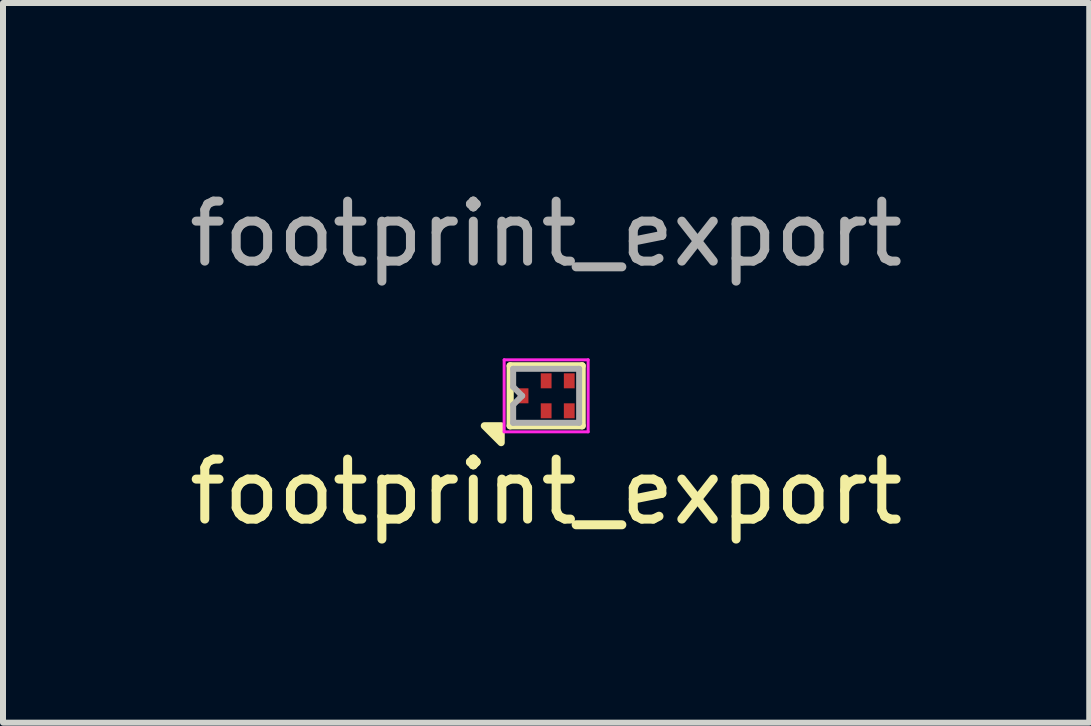
<source format=kicad_pcb>
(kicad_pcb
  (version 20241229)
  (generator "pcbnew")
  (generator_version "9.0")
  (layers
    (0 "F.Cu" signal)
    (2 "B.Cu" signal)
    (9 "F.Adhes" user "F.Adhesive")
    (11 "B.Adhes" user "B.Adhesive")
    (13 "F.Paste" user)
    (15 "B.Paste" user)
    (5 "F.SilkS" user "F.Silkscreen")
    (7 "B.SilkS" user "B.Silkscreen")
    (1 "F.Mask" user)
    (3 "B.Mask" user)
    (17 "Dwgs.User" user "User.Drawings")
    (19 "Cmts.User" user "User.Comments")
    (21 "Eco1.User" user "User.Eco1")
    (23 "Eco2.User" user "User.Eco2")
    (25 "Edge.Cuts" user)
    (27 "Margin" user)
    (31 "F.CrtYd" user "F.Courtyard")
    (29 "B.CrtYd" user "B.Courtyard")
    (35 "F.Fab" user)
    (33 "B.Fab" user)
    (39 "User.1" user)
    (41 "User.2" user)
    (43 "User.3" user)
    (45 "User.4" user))
  (footprint "footprint_export"
    (layer "F.Cu")
    (at 6.054 3.548)
    (property "Reference" "footprint_export" (at 0 1.6 0) (layer "F.SilkS") (effects (font (size 1 1) (thickness 0.15))))
    (attr smd)
    (fp_line (start -0.6 -0.5) (end -0.6 0.5) (stroke (width 0.12) (type solid)) (layer "F.SilkS"))
    (fp_line (start -0.6 0.5) (end 0.6 0.5) (stroke (width 0.12) (type solid)) (layer "F.SilkS"))
    (fp_line (start 0.6 -0.5) (end -0.6 -0.5) (stroke (width 0.12) (type solid)) (layer "F.SilkS"))
    (fp_line (start 0.6 0.5) (end 0.6 -0.5) (stroke (width 0.12) (type solid)) (layer "F.SilkS"))
    (fp_poly (pts (xy -0.75 0.5) (xy -0.75 0.78) (xy -1.03 0.5) (xy -0.75 0.5)) (stroke (width 0.12) (type solid)) (fill yes) (layer "F.SilkS"))
    (fp_line (start -0.7 -0.6) (end 0.7 -0.6) (stroke (width 0.05) (type solid)) (layer "F.CrtYd"))
    (fp_line (start -0.7 0.6) (end -0.7 -0.6) (stroke (width 0.05) (type solid)) (layer "F.CrtYd"))
    (fp_line (start 0.7 -0.6) (end 0.7 0.6) (stroke (width 0.05) (type solid)) (layer "F.CrtYd"))
    (fp_line (start 0.7 0.6) (end -0.7 0.6) (stroke (width 0.05) (type solid)) (layer "F.CrtYd"))
    (fp_line (start -0.55 -0.45) (end -0.55 -0.15) (stroke (width 0.1) (type solid)) (layer "F.Fab"))
    (fp_line (start -0.55 -0.45) (end 0.55 -0.45) (stroke (width 0.1) (type solid)) (layer "F.Fab"))
    (fp_line (start -0.55 -0.15) (end -0.4 0) (stroke (width 0.1) (type solid)) (layer "F.Fab"))
    (fp_line (start -0.55 0.15) (end -0.55 0.45) (stroke (width 0.1) (type solid)) (layer "F.Fab"))
    (fp_line (start -0.4 0) (end -0.55 0.15) (stroke (width 0.1) (type solid)) (layer "F.Fab"))
    (fp_line (start 0.55 -0.45) (end 0.55 0.45) (stroke (width 0.1) (type solid)) (layer "F.Fab"))
    (fp_line (start 0.55 0.45) (end -0.55 0.45) (stroke (width 0.1) (type solid)) (layer "F.Fab"))
    (fp_text user "${REFERENCE}" (at 0 -2.7 0) (layer "F.Fab") (effects (font (size 1 1) (thickness 0.15))))
    (pad "1" smd rect (at -0.385 0 90) (size 0.25 0.18) (layers "F.Cu" "F.Mask" "F.Paste"))
    (pad "2" smd rect (at 0 0.25 90) (size 0.25 0.18) (layers "F.Cu" "F.Mask" "F.Paste"))
    (pad "3" smd rect (at 0.385 0.25 90) (size 0.25 0.18) (layers "F.Cu" "F.Mask" "F.Paste"))
    (pad "4" smd rect (at 0.385 -0.25 90) (size 0.25 0.18) (layers "F.Cu" "F.Mask" "F.Paste"))
    (pad "5" smd rect (at 0 -0.25 90) (size 0.25 0.18) (layers "F.Cu" "F.Mask" "F.Paste")))
  (gr_rect
    (start -3 -3)
    (end 15.107 8.996)
    (stroke (width 0.1) (type default))
    (fill no)
    (layer "Edge.Cuts")))
</source>
